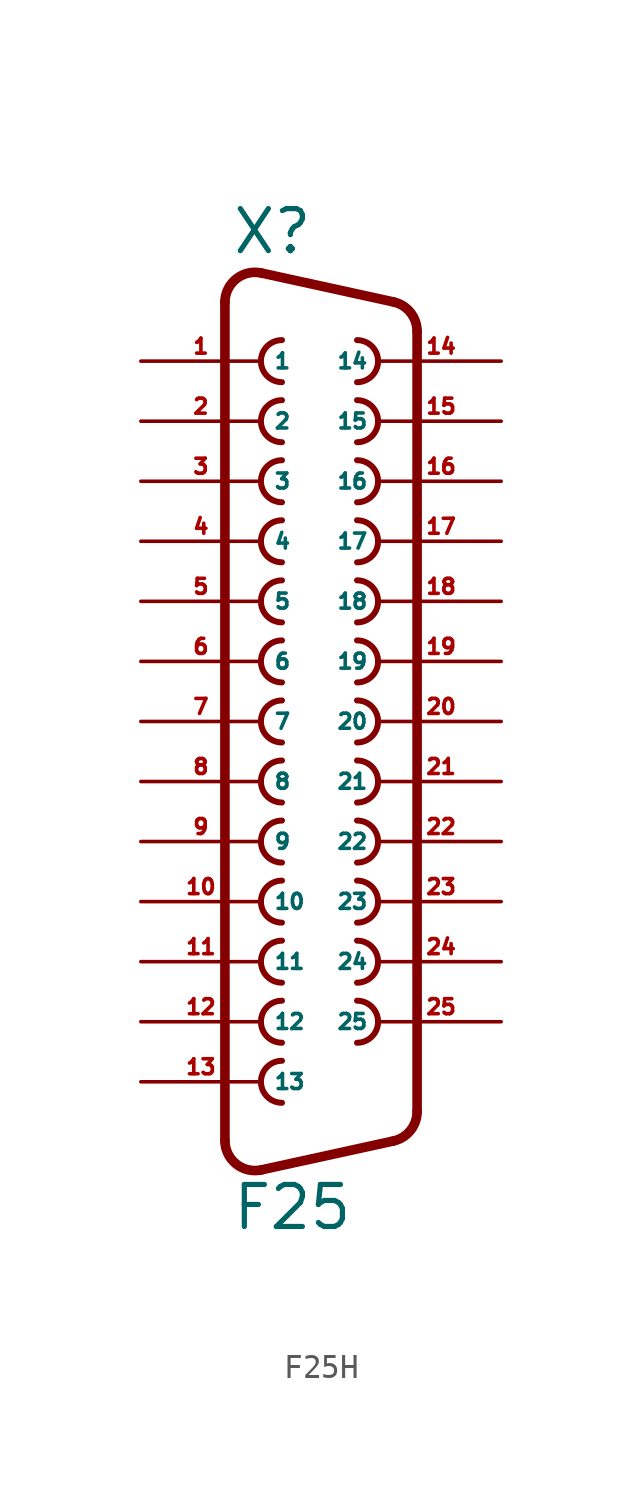
<source format=kicad_sym>
(kicad_symbol_lib
  (version 20220914)
  (generator Eagle2Kicad)
  (symbol "F25H"
    (property "Reference" "X"
      (at -3.81 19.685 0)
      (effects (font (size 1.778 1.778) (thickness 0.22)) (justify left bottom)))
    (property "Value" "F25"
      (at -3.81 -21.59 0)
      (effects (font (size 1.778 1.778) (thickness 0.22)) (justify left bottom)))
    (arc
      (start -1.651 16.129)
      (mid -2.540 15.240)
      (end -1.651 14.351)
      (stroke (width 0.254) (type default))
      (fill (type none)))
    (arc
      (start 1.524 14.351)
      (mid 2.413 15.240)
      (end 1.524 16.129)
      (stroke (width 0.254) (type default))
      (fill (type none)))
    (arc
      (start -1.651 13.589)
      (mid -2.540 12.700)
      (end -1.651 11.811)
      (stroke (width 0.254) (type default))
      (fill (type none)))
    (arc
      (start 1.524 11.811)
      (mid 2.413 12.700)
      (end 1.524 13.589)
      (stroke (width 0.254) (type default))
      (fill (type none)))
    (arc
      (start -1.651 11.049)
      (mid -2.540 10.160)
      (end -1.651 9.271)
      (stroke (width 0.254) (type default))
      (fill (type none)))
    (arc
      (start 1.524 9.271)
      (mid 2.413 10.160)
      (end 1.524 11.049)
      (stroke (width 0.254) (type default))
      (fill (type none)))
    (arc
      (start -1.651 8.509)
      (mid -2.540 7.620)
      (end -1.651 6.731)
      (stroke (width 0.254) (type default))
      (fill (type none)))
    (arc
      (start 1.524 6.731)
      (mid 2.413 7.620)
      (end 1.524 8.509)
      (stroke (width 0.254) (type default))
      (fill (type none)))
    (arc
      (start -1.651 5.969)
      (mid -2.540 5.080)
      (end -1.651 4.191)
      (stroke (width 0.254) (type default))
      (fill (type none)))
    (arc
      (start 1.524 4.191)
      (mid 2.413 5.080)
      (end 1.524 5.969)
      (stroke (width 0.254) (type default))
      (fill (type none)))
    (arc
      (start -1.651 3.429)
      (mid -2.540 2.540)
      (end -1.651 1.651)
      (stroke (width 0.254) (type default))
      (fill (type none)))
    (arc
      (start 1.524 1.651)
      (mid 2.413 2.540)
      (end 1.524 3.429)
      (stroke (width 0.254) (type default))
      (fill (type none)))
    (arc
      (start -1.651 0.889)
      (mid -2.540 0.000)
      (end -1.651 -0.889)
      (stroke (width 0.254) (type default))
      (fill (type none)))
    (arc
      (start 1.524 -0.889)
      (mid 2.413 0.000)
      (end 1.524 0.889)
      (stroke (width 0.254) (type default))
      (fill (type none)))
    (arc
      (start -1.651 -1.651)
      (mid -2.540 -2.540)
      (end -1.651 -3.429)
      (stroke (width 0.254) (type default))
      (fill (type none)))
    (arc
      (start 1.524 -3.429)
      (mid 2.413 -2.540)
      (end 1.524 -1.651)
      (stroke (width 0.254) (type default))
      (fill (type none)))
    (arc
      (start -1.651 -4.191)
      (mid -2.540 -5.080)
      (end -1.651 -5.969)
      (stroke (width 0.254) (type default))
      (fill (type none)))
    (arc
      (start 1.524 -5.969)
      (mid 2.413 -5.080)
      (end 1.524 -4.191)
      (stroke (width 0.254) (type default))
      (fill (type none)))
    (arc
      (start -1.651 -6.731)
      (mid -2.540 -7.620)
      (end -1.651 -8.509)
      (stroke (width 0.254) (type default))
      (fill (type none)))
    (arc
      (start 1.524 -8.509)
      (mid 2.413 -7.620)
      (end 1.524 -6.731)
      (stroke (width 0.254) (type default))
      (fill (type none)))
    (arc
      (start -1.651 -9.271)
      (mid -2.540 -10.160)
      (end -1.651 -11.049)
      (stroke (width 0.254) (type default))
      (fill (type none)))
    (arc
      (start 1.524 -11.049)
      (mid 2.413 -10.160)
      (end 1.524 -9.271)
      (stroke (width 0.254) (type default))
      (fill (type none)))
    (arc
      (start -1.651 -11.811)
      (mid -2.540 -12.700)
      (end -1.651 -13.589)
      (stroke (width 0.254) (type default))
      (fill (type none)))
    (arc
      (start 1.524 -13.589)
      (mid 2.413 -12.700)
      (end 1.524 -11.811)
      (stroke (width 0.254) (type default))
      (fill (type none)))
    (arc
      (start -1.651 -14.351)
      (mid -2.540 -15.240)
      (end -1.651 -16.129)
      (stroke (width 0.254) (type default))
      (fill (type none)))
    (arc
      (start -2.5226 18.967)
      (mid -3.590 18.716)
      (end -4.064 17.7262)
      (stroke (width 0.4064) (type default))
      (fill (type none)))
    (polyline
      (pts (xy -2.523 18.967) (xy 3.065 17.744))
      (stroke (width 0.406) (type default))
      (fill (type none)))
    (arc
      (start 4.0642 16.5038)
      (mid 3.783 17.300)
      (end 3.0654 17.7445)
      (stroke (width 0.4064) (type default))
      (fill (type none)))
    (polyline
      (pts (xy 4.064 -16.504) (xy 4.064 16.504))
      (stroke (width 0.406) (type default))
      (fill (type none)))
    (arc
      (start 3.0654 -17.7444)
      (mid 3.783 -17.300)
      (end 4.064 -16.5038)
      (stroke (width 0.4064) (type default))
      (fill (type none)))
    (polyline
      (pts (xy -4.064 -17.726) (xy -4.064 17.726))
      (stroke (width 0.406) (type default))
      (fill (type none)))
    (polyline
      (pts (xy -2.523 -18.967) (xy 3.065 -17.744))
      (stroke (width 0.406) (type default))
      (fill (type none)))
    (arc
      (start -4.064 -17.7262)
      (mid -3.590 -18.716)
      (end -2.5226 -18.9669)
      (stroke (width 0.4064) (type default))
      (fill (type none)))
    (pin passive line
      (at -7.62 15.24 0)
      (length 5.08)
      (name "1" (effects (font (size 0.635 0.635) (thickness 0.08)) (justify left bottom)))
      (number "1" (effects (font (size 0.635 0.635) (thickness 0.08)) (justify left bottom))))
    (pin passive line
      (at 7.62 15.24 180)
      (length 5.08)
      (name "14" (effects (font (size 0.635 0.635) (thickness 0.08)) (justify left bottom)))
      (number "14" (effects (font (size 0.635 0.635) (thickness 0.08)) (justify left bottom))))
    (pin passive line
      (at -7.62 12.7 0)
      (length 5.08)
      (name "2" (effects (font (size 0.635 0.635) (thickness 0.08)) (justify left bottom)))
      (number "2" (effects (font (size 0.635 0.635) (thickness 0.08)) (justify left bottom))))
    (pin passive line
      (at 7.62 12.7 180)
      (length 5.08)
      (name "15" (effects (font (size 0.635 0.635) (thickness 0.08)) (justify left bottom)))
      (number "15" (effects (font (size 0.635 0.635) (thickness 0.08)) (justify left bottom))))
    (pin passive line
      (at -7.62 10.16 0)
      (length 5.08)
      (name "3" (effects (font (size 0.635 0.635) (thickness 0.08)) (justify left bottom)))
      (number "3" (effects (font (size 0.635 0.635) (thickness 0.08)) (justify left bottom))))
    (pin passive line
      (at 7.62 10.16 180)
      (length 5.08)
      (name "16" (effects (font (size 0.635 0.635) (thickness 0.08)) (justify left bottom)))
      (number "16" (effects (font (size 0.635 0.635) (thickness 0.08)) (justify left bottom))))
    (pin passive line
      (at -7.62 7.62 0)
      (length 5.08)
      (name "4" (effects (font (size 0.635 0.635) (thickness 0.08)) (justify left bottom)))
      (number "4" (effects (font (size 0.635 0.635) (thickness 0.08)) (justify left bottom))))
    (pin passive line
      (at 7.62 7.62 180)
      (length 5.08)
      (name "17" (effects (font (size 0.635 0.635) (thickness 0.08)) (justify left bottom)))
      (number "17" (effects (font (size 0.635 0.635) (thickness 0.08)) (justify left bottom))))
    (pin passive line
      (at -7.62 5.08 0)
      (length 5.08)
      (name "5" (effects (font (size 0.635 0.635) (thickness 0.08)) (justify left bottom)))
      (number "5" (effects (font (size 0.635 0.635) (thickness 0.08)) (justify left bottom))))
    (pin passive line
      (at 7.62 5.08 180)
      (length 5.08)
      (name "18" (effects (font (size 0.635 0.635) (thickness 0.08)) (justify left bottom)))
      (number "18" (effects (font (size 0.635 0.635) (thickness 0.08)) (justify left bottom))))
    (pin passive line
      (at -7.62 2.54 0)
      (length 5.08)
      (name "6" (effects (font (size 0.635 0.635) (thickness 0.08)) (justify left bottom)))
      (number "6" (effects (font (size 0.635 0.635) (thickness 0.08)) (justify left bottom))))
    (pin passive line
      (at 7.62 2.54 180)
      (length 5.08)
      (name "19" (effects (font (size 0.635 0.635) (thickness 0.08)) (justify left bottom)))
      (number "19" (effects (font (size 0.635 0.635) (thickness 0.08)) (justify left bottom))))
    (pin passive line
      (at -7.62 0 0)
      (length 5.08)
      (name "7" (effects (font (size 0.635 0.635) (thickness 0.08)) (justify left bottom)))
      (number "7" (effects (font (size 0.635 0.635) (thickness 0.08)) (justify left bottom))))
    (pin passive line
      (at 7.62 0 180)
      (length 5.08)
      (name "20" (effects (font (size 0.635 0.635) (thickness 0.08)) (justify left bottom)))
      (number "20" (effects (font (size 0.635 0.635) (thickness 0.08)) (justify left bottom))))
    (pin passive line
      (at -7.62 -2.54 0)
      (length 5.08)
      (name "8" (effects (font (size 0.635 0.635) (thickness 0.08)) (justify left bottom)))
      (number "8" (effects (font (size 0.635 0.635) (thickness 0.08)) (justify left bottom))))
    (pin passive line
      (at 7.62 -2.54 180)
      (length 5.08)
      (name "21" (effects (font (size 0.635 0.635) (thickness 0.08)) (justify left bottom)))
      (number "21" (effects (font (size 0.635 0.635) (thickness 0.08)) (justify left bottom))))
    (pin passive line
      (at -7.62 -5.08 0)
      (length 5.08)
      (name "9" (effects (font (size 0.635 0.635) (thickness 0.08)) (justify left bottom)))
      (number "9" (effects (font (size 0.635 0.635) (thickness 0.08)) (justify left bottom))))
    (pin passive line
      (at 7.62 -5.08 180)
      (length 5.08)
      (name "22" (effects (font (size 0.635 0.635) (thickness 0.08)) (justify left bottom)))
      (number "22" (effects (font (size 0.635 0.635) (thickness 0.08)) (justify left bottom))))
    (pin passive line
      (at -7.62 -7.62 0)
      (length 5.08)
      (name "10" (effects (font (size 0.635 0.635) (thickness 0.08)) (justify left bottom)))
      (number "10" (effects (font (size 0.635 0.635) (thickness 0.08)) (justify left bottom))))
    (pin passive line
      (at 7.62 -7.62 180)
      (length 5.08)
      (name "23" (effects (font (size 0.635 0.635) (thickness 0.08)) (justify left bottom)))
      (number "23" (effects (font (size 0.635 0.635) (thickness 0.08)) (justify left bottom))))
    (pin passive line
      (at -7.62 -10.16 0)
      (length 5.08)
      (name "11" (effects (font (size 0.635 0.635) (thickness 0.08)) (justify left bottom)))
      (number "11" (effects (font (size 0.635 0.635) (thickness 0.08)) (justify left bottom))))
    (pin passive line
      (at 7.62 -10.16 180)
      (length 5.08)
      (name "24" (effects (font (size 0.635 0.635) (thickness 0.08)) (justify left bottom)))
      (number "24" (effects (font (size 0.635 0.635) (thickness 0.08)) (justify left bottom))))
    (pin passive line
      (at -7.62 -12.7 0)
      (length 5.08)
      (name "12" (effects (font (size 0.635 0.635) (thickness 0.08)) (justify left bottom)))
      (number "12" (effects (font (size 0.635 0.635) (thickness 0.08)) (justify left bottom))))
    (pin passive line
      (at 7.62 -12.7 180)
      (length 5.08)
      (name "25" (effects (font (size 0.635 0.635) (thickness 0.08)) (justify left bottom)))
      (number "25" (effects (font (size 0.635 0.635) (thickness 0.08)) (justify left bottom))))
    (pin passive line
      (at -7.62 -15.24 0)
      (length 5.08)
      (name "13" (effects (font (size 0.635 0.635) (thickness 0.08)) (justify left bottom)))
      (number "13" (effects (font (size 0.635 0.635) (thickness 0.08)) (justify left bottom))))))
</source>
